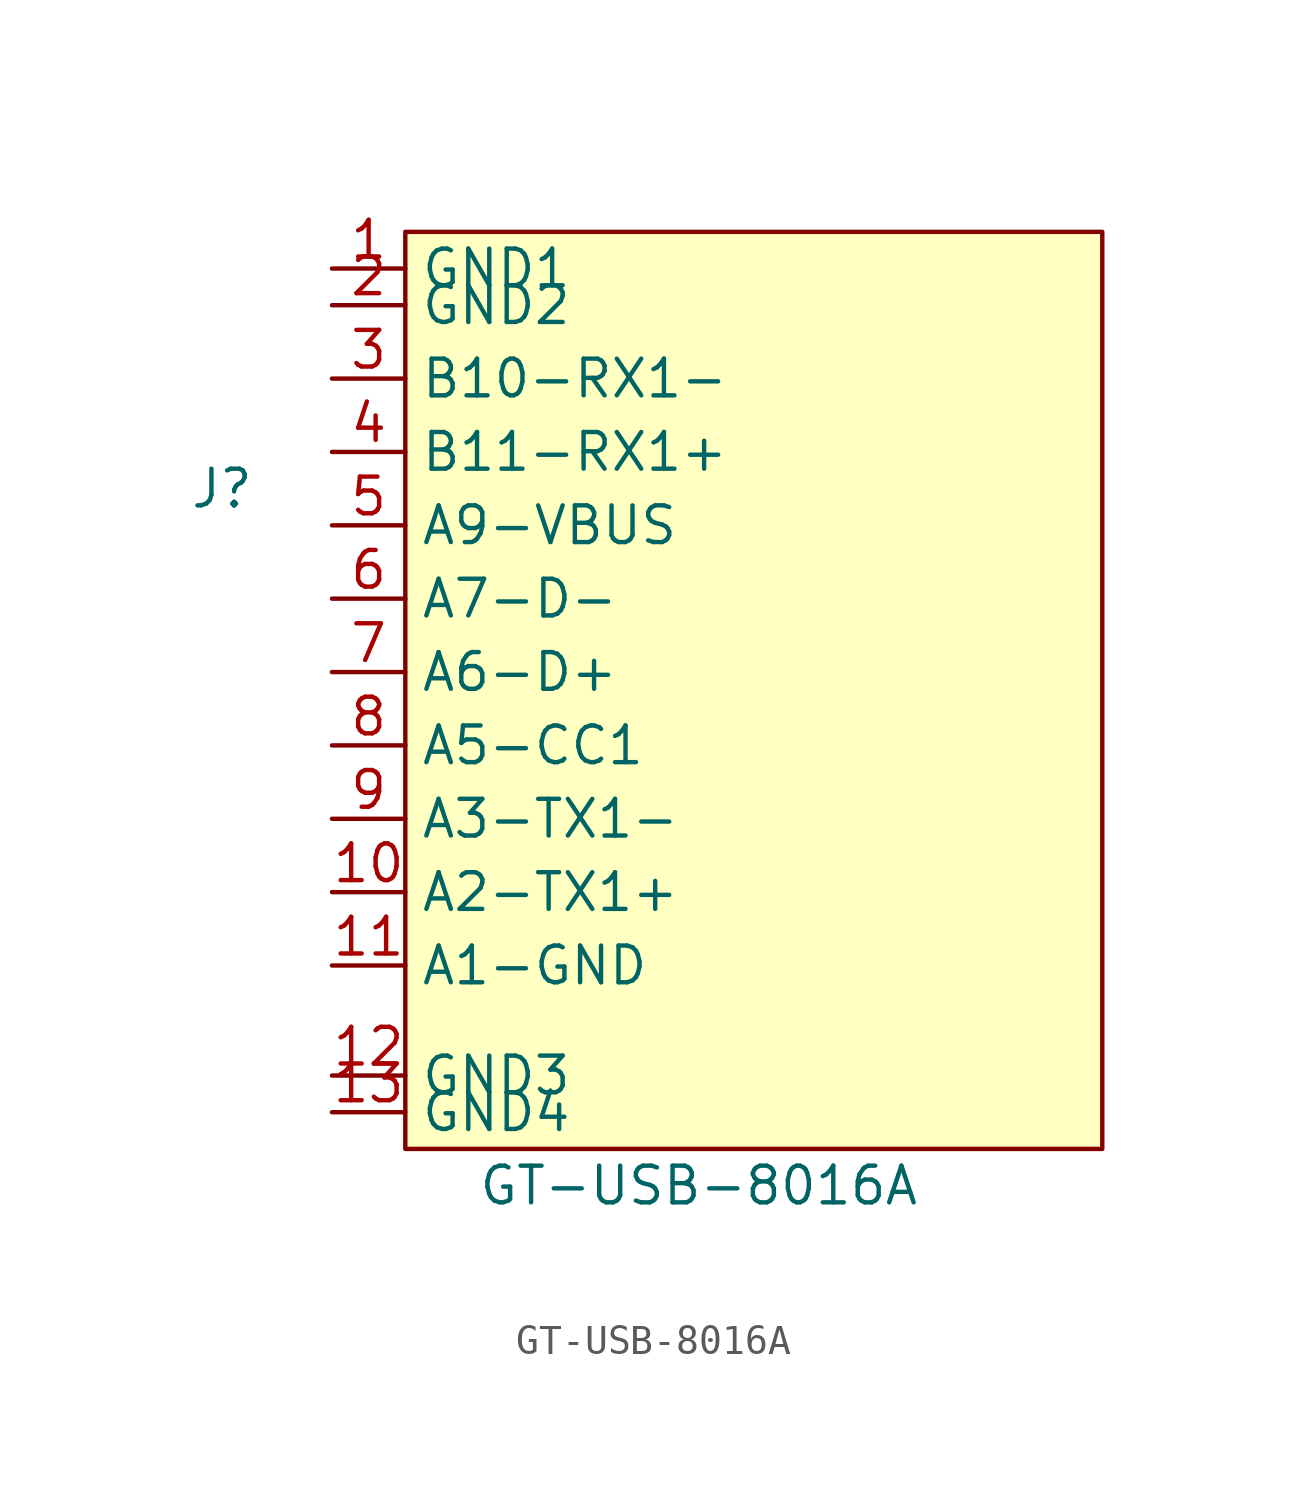
<source format=kicad_sym>
(kicad_symbol_lib
  (version 20220914)
  (generator kicad_symbol_editor)
  (symbol "GT-USB-8016A"
    (property "Reference" "J"
      (at 0 0 0)
      (effects (font (size 1.27 1.27))))
    (property "Value" "GT-USB-8016A"
      (at 16.51 -24.13 0)
      (effects (font (size 1.27 1.27))))
    (symbol "GT-USB-8016A_1_1"
      (rectangle (start 6.35 8.89) (end 30.48 -22.86) (stroke (width 0) (type default)) (fill (type background)))
      (pin power_out line (at 3.81 7.62 0) (length 2.54) (name "GND1" (effects (font (size 1.27 1.27)))) (number "1" (effects (font (size 1.27 1.27)))))
      (pin bidirectional line (at 3.81 -13.97 0) (length 2.54) (name "A2-TX1+" (effects (font (size 1.27 1.27)))) (number "10" (effects (font (size 1.27 1.27)))))
      (pin bidirectional line (at 3.81 -16.51 0) (length 2.54) (name "A1-GND" (effects (font (size 1.27 1.27)))) (number "11" (effects (font (size 1.27 1.27)))))
      (pin power_out line (at 3.81 -20.32 0) (length 2.54) (name "GND3" (effects (font (size 1.27 1.27)))) (number "12" (effects (font (size 1.27 1.27)))))
      (pin power_out line (at 3.81 -21.59 0) (length 2.54) (name "GND4" (effects (font (size 1.27 1.27)))) (number "13" (effects (font (size 1.27 1.27)))))
      (pin power_out line (at 3.81 6.35 0) (length 2.54) (name "GND2" (effects (font (size 1.27 1.27)))) (number "2" (effects (font (size 1.27 1.27)))))
      (pin bidirectional line (at 3.81 3.81 0) (length 2.54) (name "B10-RX1-" (effects (font (size 1.27 1.27)))) (number "3" (effects (font (size 1.27 1.27)))))
      (pin bidirectional line (at 3.81 1.27 0) (length 2.54) (name "B11-RX1+" (effects (font (size 1.27 1.27)))) (number "4" (effects (font (size 1.27 1.27)))))
      (pin bidirectional line (at 3.81 -1.27 0) (length 2.54) (name "A9-VBUS" (effects (font (size 1.27 1.27)))) (number "5" (effects (font (size 1.27 1.27)))))
      (pin bidirectional line (at 3.81 -3.81 0) (length 2.54) (name "A7-D-" (effects (font (size 1.27 1.27)))) (number "6" (effects (font (size 1.27 1.27)))))
      (pin bidirectional line (at 3.81 -6.35 0) (length 2.54) (name "A6-D+" (effects (font (size 1.27 1.27)))) (number "7" (effects (font (size 1.27 1.27)))))
      (pin bidirectional line (at 3.81 -8.89 0) (length 2.54) (name "A5-CC1" (effects (font (size 1.27 1.27)))) (number "8" (effects (font (size 1.27 1.27)))))
      (pin bidirectional line (at 3.81 -11.43 0) (length 2.54) (name "A3-TX1-" (effects (font (size 1.27 1.27)))) (number "9" (effects (font (size 1.27 1.27))))))))
</source>
